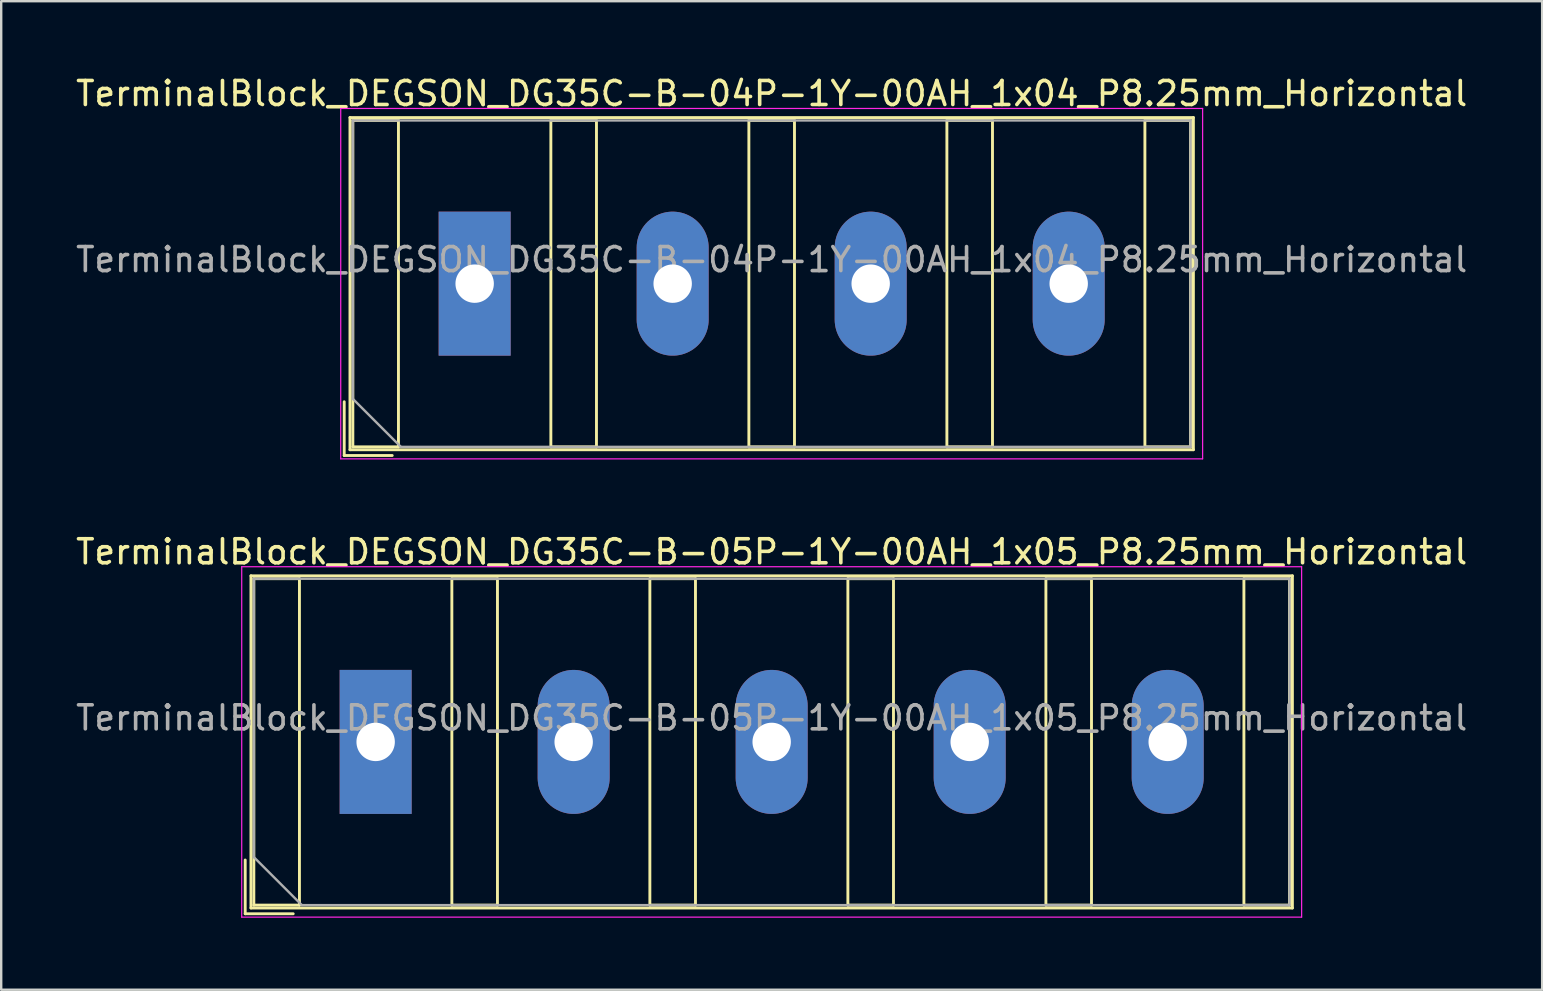
<source format=kicad_pcb>
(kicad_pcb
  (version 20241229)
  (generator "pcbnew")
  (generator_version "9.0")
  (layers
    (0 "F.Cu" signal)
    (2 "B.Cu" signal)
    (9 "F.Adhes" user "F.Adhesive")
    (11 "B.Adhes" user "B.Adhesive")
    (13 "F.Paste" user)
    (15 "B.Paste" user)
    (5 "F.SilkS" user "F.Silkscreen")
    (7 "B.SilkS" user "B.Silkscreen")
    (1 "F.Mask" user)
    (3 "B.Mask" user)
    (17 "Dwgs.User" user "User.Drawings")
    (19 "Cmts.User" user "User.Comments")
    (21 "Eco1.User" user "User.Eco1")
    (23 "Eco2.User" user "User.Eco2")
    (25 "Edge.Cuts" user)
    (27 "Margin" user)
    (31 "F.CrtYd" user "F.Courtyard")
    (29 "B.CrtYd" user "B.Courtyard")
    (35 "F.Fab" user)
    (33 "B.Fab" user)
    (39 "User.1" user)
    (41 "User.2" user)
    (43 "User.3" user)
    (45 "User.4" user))
  (footprint "TerminalBlock_DEGSON_DG35C-B-05P-1Y-00AH_1x05_P8.25mm_Horizontal"
    (layer "F.Cu")
    (at 12.601 27.861)
    (property "Reference" "TerminalBlock_DEGSON_DG35C-B-05P-1Y-00AH_1x05_P8.25mm_Horizontal" (at 16.5 -7.92 0) (layer "F.SilkS") (effects (font (size 1 1) (thickness 0.15))))
    (attr through_hole)
    (fp_line (start -1.98 -3.48) (end -1.98 3.48) (stroke (width 0.01) (type solid)) (layer "F.Mask"))
    (fp_line (start -1.98 3.48) (end 1.98 3.48) (stroke (width 0.01) (type solid)) (layer "F.Mask"))
    (fp_line (start 1.98 -3.48) (end -1.98 -3.48) (stroke (width 0.01) (type solid)) (layer "F.Mask"))
    (fp_line (start 1.98 3.48) (end 1.98 -3.48) (stroke (width 0.01) (type solid)) (layer "F.Mask"))
    (fp_line (start 6.27 -3.48) (end 6.27 3.48) (stroke (width 0.01) (type solid)) (layer "F.Mask"))
    (fp_line (start 6.27 3.48) (end 10.23 3.48) (stroke (width 0.01) (type solid)) (layer "F.Mask"))
    (fp_line (start 10.23 -3.48) (end 6.27 -3.48) (stroke (width 0.01) (type solid)) (layer "F.Mask"))
    (fp_line (start 10.23 3.48) (end 10.23 -3.48) (stroke (width 0.01) (type solid)) (layer "F.Mask"))
    (fp_line (start 14.52 -3.48) (end 14.52 3.48) (stroke (width 0.01) (type solid)) (layer "F.Mask"))
    (fp_line (start 14.52 3.48) (end 18.48 3.48) (stroke (width 0.01) (type solid)) (layer "F.Mask"))
    (fp_line (start 18.48 -3.48) (end 14.52 -3.48) (stroke (width 0.01) (type solid)) (layer "F.Mask"))
    (fp_line (start 18.48 3.48) (end 18.48 -3.48) (stroke (width 0.01) (type solid)) (layer "F.Mask"))
    (fp_line (start 22.77 -3.48) (end 22.77 3.48) (stroke (width 0.01) (type solid)) (layer "F.Mask"))
    (fp_line (start 22.77 3.48) (end 26.73 3.48) (stroke (width 0.01) (type solid)) (layer "F.Mask"))
    (fp_line (start 26.73 -3.48) (end 22.77 -3.48) (stroke (width 0.01) (type solid)) (layer "F.Mask"))
    (fp_line (start 26.73 3.48) (end 26.73 -3.48) (stroke (width 0.01) (type solid)) (layer "F.Mask"))
    (fp_line (start 31.02 -3.48) (end 31.02 3.48) (stroke (width 0.01) (type solid)) (layer "F.Mask"))
    (fp_line (start 31.02 3.48) (end 34.98 3.48) (stroke (width 0.01) (type solid)) (layer "F.Mask"))
    (fp_line (start 34.98 -3.48) (end 31.02 -3.48) (stroke (width 0.01) (type solid)) (layer "F.Mask"))
    (fp_line (start 34.98 3.48) (end 34.98 -3.48) (stroke (width 0.01) (type solid)) (layer "F.Mask"))
    (fp_line (start -5.435 4.92) (end -5.435 7.16) (stroke (width 0.12) (type solid)) (layer "F.SilkS"))
    (fp_line (start -5.435 7.16) (end -3.435 7.16) (stroke (width 0.12) (type solid)) (layer "F.SilkS"))
    (fp_line (start -5.195 -6.92) (end -5.195 6.92) (stroke (width 0.12) (type solid)) (layer "F.SilkS"))
    (fp_line (start -5.195 -6.92) (end 38.195 -6.92) (stroke (width 0.12) (type solid)) (layer "F.SilkS"))
    (fp_line (start -5.195 6.92) (end 38.195 6.92) (stroke (width 0.12) (type solid)) (layer "F.SilkS"))
    (fp_line (start -5.075 -6.8) (end -5.075 6.8) (stroke (width 0.12) (type solid)) (layer "F.SilkS"))
    (fp_line (start -5.075 6.8) (end -3.175 6.8) (stroke (width 0.12) (type solid)) (layer "F.SilkS"))
    (fp_line (start -3.175 -6.8) (end -5.075 -6.8) (stroke (width 0.12) (type solid)) (layer "F.SilkS"))
    (fp_line (start -3.175 6.8) (end -3.175 -6.8) (stroke (width 0.12) (type solid)) (layer "F.SilkS"))
    (fp_line (start 3.175 -6.8) (end 3.175 6.8) (stroke (width 0.12) (type solid)) (layer "F.SilkS"))
    (fp_line (start 3.175 6.8) (end 5.075 6.8) (stroke (width 0.12) (type solid)) (layer "F.SilkS"))
    (fp_line (start 5.075 -6.8) (end 3.175 -6.8) (stroke (width 0.12) (type solid)) (layer "F.SilkS"))
    (fp_line (start 5.075 6.8) (end 5.075 -6.8) (stroke (width 0.12) (type solid)) (layer "F.SilkS"))
    (fp_line (start 11.425 -6.8) (end 11.425 6.8) (stroke (width 0.12) (type solid)) (layer "F.SilkS"))
    (fp_line (start 11.425 6.8) (end 13.325 6.8) (stroke (width 0.12) (type solid)) (layer "F.SilkS"))
    (fp_line (start 13.325 -6.8) (end 11.425 -6.8) (stroke (width 0.12) (type solid)) (layer "F.SilkS"))
    (fp_line (start 13.325 6.8) (end 13.325 -6.8) (stroke (width 0.12) (type solid)) (layer "F.SilkS"))
    (fp_line (start 19.675 -6.8) (end 19.675 6.8) (stroke (width 0.12) (type solid)) (layer "F.SilkS"))
    (fp_line (start 19.675 6.8) (end 21.575 6.8) (stroke (width 0.12) (type solid)) (layer "F.SilkS"))
    (fp_line (start 21.575 -6.8) (end 19.675 -6.8) (stroke (width 0.12) (type solid)) (layer "F.SilkS"))
    (fp_line (start 21.575 6.8) (end 21.575 -6.8) (stroke (width 0.12) (type solid)) (layer "F.SilkS"))
    (fp_line (start 27.925 -6.8) (end 27.925 6.8) (stroke (width 0.12) (type solid)) (layer "F.SilkS"))
    (fp_line (start 27.925 6.8) (end 29.825 6.8) (stroke (width 0.12) (type solid)) (layer "F.SilkS"))
    (fp_line (start 29.825 -6.8) (end 27.925 -6.8) (stroke (width 0.12) (type solid)) (layer "F.SilkS"))
    (fp_line (start 29.825 6.8) (end 29.825 -6.8) (stroke (width 0.12) (type solid)) (layer "F.SilkS"))
    (fp_line (start 36.175 -6.8) (end 36.175 6.8) (stroke (width 0.12) (type solid)) (layer "F.SilkS"))
    (fp_line (start 36.175 6.8) (end 38.075 6.8) (stroke (width 0.12) (type solid)) (layer "F.SilkS"))
    (fp_line (start 38.075 -6.8) (end 36.175 -6.8) (stroke (width 0.12) (type solid)) (layer "F.SilkS"))
    (fp_line (start 38.075 6.8) (end 38.075 -6.8) (stroke (width 0.12) (type solid)) (layer "F.SilkS"))
    (fp_line (start 38.195 -6.92) (end 38.195 6.92) (stroke (width 0.12) (type solid)) (layer "F.SilkS"))
    (fp_line (start -5.58 -7.3) (end -5.58 7.3) (stroke (width 0.05) (type solid)) (layer "F.CrtYd"))
    (fp_line (start -5.58 7.3) (end 38.58 7.3) (stroke (width 0.05) (type solid)) (layer "F.CrtYd"))
    (fp_line (start 38.58 -7.3) (end -5.58 -7.3) (stroke (width 0.05) (type solid)) (layer "F.CrtYd"))
    (fp_line (start 38.58 7.3) (end 38.58 -7.3) (stroke (width 0.05) (type solid)) (layer "F.CrtYd"))
    (fp_line (start -5.075 -6.8) (end 38.075 -6.8) (stroke (width 0.1) (type solid)) (layer "F.Fab"))
    (fp_line (start -5.075 4.8) (end -5.075 -6.8) (stroke (width 0.1) (type solid)) (layer "F.Fab"))
    (fp_line (start -3.075 6.8) (end -5.075 4.8) (stroke (width 0.1) (type solid)) (layer "F.Fab"))
    (fp_line (start 38.075 -6.8) (end 38.075 6.8) (stroke (width 0.1) (type solid)) (layer "F.Fab"))
    (fp_line (start 38.075 6.8) (end -3.075 6.8) (stroke (width 0.1) (type solid)) (layer "F.Fab"))
    (fp_text user "${REFERENCE}" (at 16.5 -1 0) (layer "F.Fab") (effects (font (size 1 1) (thickness 0.15))))
    (pad "1" thru_hole rect (at 0 0) (size 3 6) (drill 1.6) (layers "*.Cu" "*.Mask"))
    (pad "2" thru_hole oval (at 8.25 0) (size 3 6) (drill 1.6) (layers "*.Cu" "*.Mask"))
    (pad "3" thru_hole oval (at 16.5 0) (size 3 6) (drill 1.6) (layers "*.Cu" "*.Mask"))
    (pad "4" thru_hole oval (at 24.75 0) (size 3 6) (drill 1.6) (layers "*.Cu" "*.Mask"))
    (pad "5" thru_hole oval (at 33 0) (size 3 6) (drill 1.6) (layers "*.Cu" "*.Mask")))
  (footprint "TerminalBlock_DEGSON_DG35C-B-04P-1Y-00AH_1x04_P8.25mm_Horizontal"
    (layer "F.Cu")
    (at 16.726 8.768)
    (property "Reference" "TerminalBlock_DEGSON_DG35C-B-04P-1Y-00AH_1x04_P8.25mm_Horizontal" (at 12.375 -7.92 0) (layer "F.SilkS") (effects (font (size 1 1) (thickness 0.15))))
    (attr through_hole)
    (fp_line (start -1.98 -3.48) (end -1.98 3.48) (stroke (width 0.01) (type solid)) (layer "F.Mask"))
    (fp_line (start -1.98 3.48) (end 1.98 3.48) (stroke (width 0.01) (type solid)) (layer "F.Mask"))
    (fp_line (start 1.98 -3.48) (end -1.98 -3.48) (stroke (width 0.01) (type solid)) (layer "F.Mask"))
    (fp_line (start 1.98 3.48) (end 1.98 -3.48) (stroke (width 0.01) (type solid)) (layer "F.Mask"))
    (fp_line (start 6.27 -3.48) (end 6.27 3.48) (stroke (width 0.01) (type solid)) (layer "F.Mask"))
    (fp_line (start 6.27 3.48) (end 10.23 3.48) (stroke (width 0.01) (type solid)) (layer "F.Mask"))
    (fp_line (start 10.23 -3.48) (end 6.27 -3.48) (stroke (width 0.01) (type solid)) (layer "F.Mask"))
    (fp_line (start 10.23 3.48) (end 10.23 -3.48) (stroke (width 0.01) (type solid)) (layer "F.Mask"))
    (fp_line (start 14.52 -3.48) (end 14.52 3.48) (stroke (width 0.01) (type solid)) (layer "F.Mask"))
    (fp_line (start 14.52 3.48) (end 18.48 3.48) (stroke (width 0.01) (type solid)) (layer "F.Mask"))
    (fp_line (start 18.48 -3.48) (end 14.52 -3.48) (stroke (width 0.01) (type solid)) (layer "F.Mask"))
    (fp_line (start 18.48 3.48) (end 18.48 -3.48) (stroke (width 0.01) (type solid)) (layer "F.Mask"))
    (fp_line (start 22.77 -3.48) (end 22.77 3.48) (stroke (width 0.01) (type solid)) (layer "F.Mask"))
    (fp_line (start 22.77 3.48) (end 26.73 3.48) (stroke (width 0.01) (type solid)) (layer "F.Mask"))
    (fp_line (start 26.73 -3.48) (end 22.77 -3.48) (stroke (width 0.01) (type solid)) (layer "F.Mask"))
    (fp_line (start 26.73 3.48) (end 26.73 -3.48) (stroke (width 0.01) (type solid)) (layer "F.Mask"))
    (fp_line (start -5.435 4.92) (end -5.435 7.16) (stroke (width 0.12) (type solid)) (layer "F.SilkS"))
    (fp_line (start -5.435 7.16) (end -3.435 7.16) (stroke (width 0.12) (type solid)) (layer "F.SilkS"))
    (fp_line (start -5.195 -6.92) (end -5.195 6.92) (stroke (width 0.12) (type solid)) (layer "F.SilkS"))
    (fp_line (start -5.195 -6.92) (end 29.945 -6.92) (stroke (width 0.12) (type solid)) (layer "F.SilkS"))
    (fp_line (start -5.195 6.92) (end 29.945 6.92) (stroke (width 0.12) (type solid)) (layer "F.SilkS"))
    (fp_line (start -5.075 -6.8) (end -5.075 6.8) (stroke (width 0.12) (type solid)) (layer "F.SilkS"))
    (fp_line (start -5.075 6.8) (end -3.175 6.8) (stroke (width 0.12) (type solid)) (layer "F.SilkS"))
    (fp_line (start -3.175 -6.8) (end -5.075 -6.8) (stroke (width 0.12) (type solid)) (layer "F.SilkS"))
    (fp_line (start -3.175 6.8) (end -3.175 -6.8) (stroke (width 0.12) (type solid)) (layer "F.SilkS"))
    (fp_line (start 3.175 -6.8) (end 3.175 6.8) (stroke (width 0.12) (type solid)) (layer "F.SilkS"))
    (fp_line (start 3.175 6.8) (end 5.075 6.8) (stroke (width 0.12) (type solid)) (layer "F.SilkS"))
    (fp_line (start 5.075 -6.8) (end 3.175 -6.8) (stroke (width 0.12) (type solid)) (layer "F.SilkS"))
    (fp_line (start 5.075 6.8) (end 5.075 -6.8) (stroke (width 0.12) (type solid)) (layer "F.SilkS"))
    (fp_line (start 11.425 -6.8) (end 11.425 6.8) (stroke (width 0.12) (type solid)) (layer "F.SilkS"))
    (fp_line (start 11.425 6.8) (end 13.325 6.8) (stroke (width 0.12) (type solid)) (layer "F.SilkS"))
    (fp_line (start 13.325 -6.8) (end 11.425 -6.8) (stroke (width 0.12) (type solid)) (layer "F.SilkS"))
    (fp_line (start 13.325 6.8) (end 13.325 -6.8) (stroke (width 0.12) (type solid)) (layer "F.SilkS"))
    (fp_line (start 19.675 -6.8) (end 19.675 6.8) (stroke (width 0.12) (type solid)) (layer "F.SilkS"))
    (fp_line (start 19.675 6.8) (end 21.575 6.8) (stroke (width 0.12) (type solid)) (layer "F.SilkS"))
    (fp_line (start 21.575 -6.8) (end 19.675 -6.8) (stroke (width 0.12) (type solid)) (layer "F.SilkS"))
    (fp_line (start 21.575 6.8) (end 21.575 -6.8) (stroke (width 0.12) (type solid)) (layer "F.SilkS"))
    (fp_line (start 27.925 -6.8) (end 27.925 6.8) (stroke (width 0.12) (type solid)) (layer "F.SilkS"))
    (fp_line (start 27.925 6.8) (end 29.825 6.8) (stroke (width 0.12) (type solid)) (layer "F.SilkS"))
    (fp_line (start 29.825 -6.8) (end 27.925 -6.8) (stroke (width 0.12) (type solid)) (layer "F.SilkS"))
    (fp_line (start 29.825 6.8) (end 29.825 -6.8) (stroke (width 0.12) (type solid)) (layer "F.SilkS"))
    (fp_line (start 29.945 -6.92) (end 29.945 6.92) (stroke (width 0.12) (type solid)) (layer "F.SilkS"))
    (fp_line (start -5.58 -7.3) (end -5.58 7.3) (stroke (width 0.05) (type solid)) (layer "F.CrtYd"))
    (fp_line (start -5.58 7.3) (end 30.33 7.3) (stroke (width 0.05) (type solid)) (layer "F.CrtYd"))
    (fp_line (start 30.33 -7.3) (end -5.58 -7.3) (stroke (width 0.05) (type solid)) (layer "F.CrtYd"))
    (fp_line (start 30.33 7.3) (end 30.33 -7.3) (stroke (width 0.05) (type solid)) (layer "F.CrtYd"))
    (fp_line (start -5.075 -6.8) (end 29.825 -6.8) (stroke (width 0.1) (type solid)) (layer "F.Fab"))
    (fp_line (start -5.075 4.8) (end -5.075 -6.8) (stroke (width 0.1) (type solid)) (layer "F.Fab"))
    (fp_line (start -3.075 6.8) (end -5.075 4.8) (stroke (width 0.1) (type solid)) (layer "F.Fab"))
    (fp_line (start 29.825 -6.8) (end 29.825 6.8) (stroke (width 0.1) (type solid)) (layer "F.Fab"))
    (fp_line (start 29.825 6.8) (end -3.075 6.8) (stroke (width 0.1) (type solid)) (layer "F.Fab"))
    (fp_text user "${REFERENCE}" (at 12.375 -1 0) (layer "F.Fab") (effects (font (size 1 1) (thickness 0.15))))
    (pad "1" thru_hole rect (at 0 0) (size 3 6) (drill 1.6) (layers "*.Cu" "*.Mask"))
    (pad "2" thru_hole oval (at 8.25 0) (size 3 6) (drill 1.6) (layers "*.Cu" "*.Mask"))
    (pad "3" thru_hole oval (at 16.5 0) (size 3 6) (drill 1.6) (layers "*.Cu" "*.Mask"))
    (pad "4" thru_hole oval (at 24.75 0) (size 3 6) (drill 1.6) (layers "*.Cu" "*.Mask")))
  (gr_rect
    (start -3 -3)
    (end 61.202 38.187)
    (stroke (width 0.1) (type default))
    (fill no)
    (layer "Edge.Cuts")))
</source>
